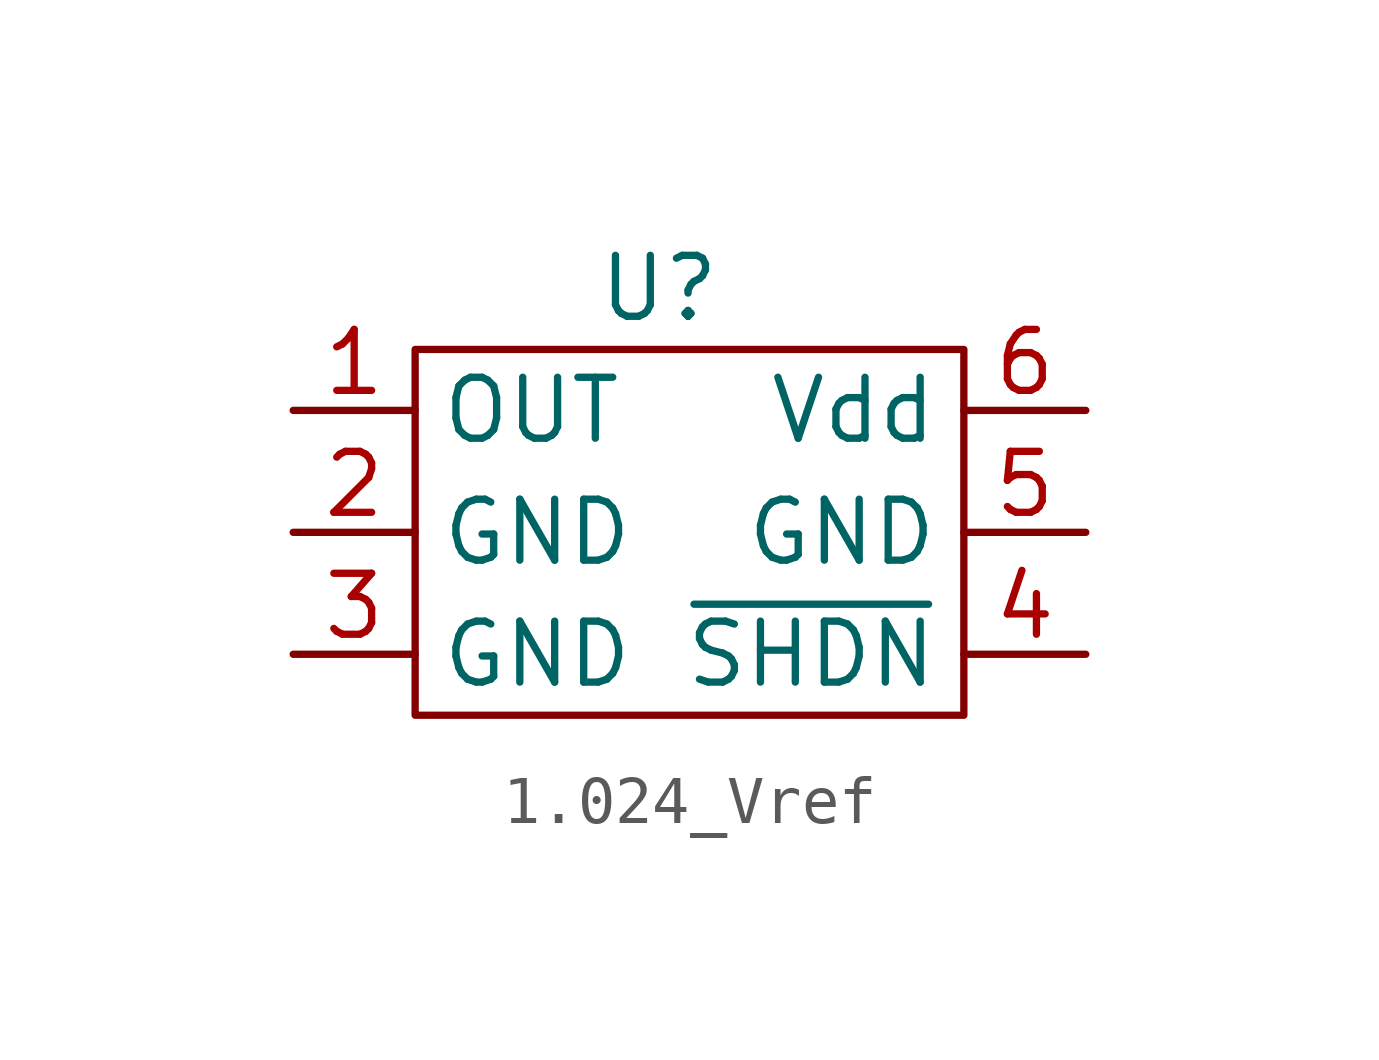
<source format=kicad_sym>
(kicad_symbol_lib
  (version 20231120)
  (generator "kicad_symbol_editor")
  (generator_version "8.0")
  (symbol "1.024_Vref"
    (property "Reference" "U"
      (at 0 0 0)
      (effects (font (size 1.27 1.27))))
    (property "Value" ""
      (at 0 0 0)
      (effects (font (size 1.27 1.27))))
    (symbol "1.024_Vref_0_1"
      (rectangle (start -5.08 -1.27) (end 6.35 -8.89) (stroke (width 0) (type default)) (fill (type none))))
    (symbol "1.024_Vref_1_1"
      (pin input line (at -7.62 -2.54 0) (length 2.54) (name "OUT" (effects (font (size 1.27 1.27)))) (number "1" (effects (font (size 1.27 1.27)))))
      (pin input line (at -7.62 -5.08 0) (length 2.54) (name "GND" (effects (font (size 1.27 1.27)))) (number "2" (effects (font (size 1.27 1.27)))))
      (pin input line (at -7.62 -7.62 0) (length 2.54) (name "GND" (effects (font (size 1.27 1.27)))) (number "3" (effects (font (size 1.27 1.27)))))
      (pin input line (at 8.89 -7.62 180) (length 2.54) (name "~{SHDN}" (effects (font (size 1.27 1.27)))) (number "4" (effects (font (size 1.27 1.27)))))
      (pin input line (at 8.89 -5.08 180) (length 2.54) (name "GND" (effects (font (size 1.27 1.27)))) (number "5" (effects (font (size 1.27 1.27)))))
      (pin input line (at 8.89 -2.54 180) (length 2.54) (name "Vdd" (effects (font (size 1.27 1.27)))) (number "6" (effects (font (size 1.27 1.27))))))))
</source>
